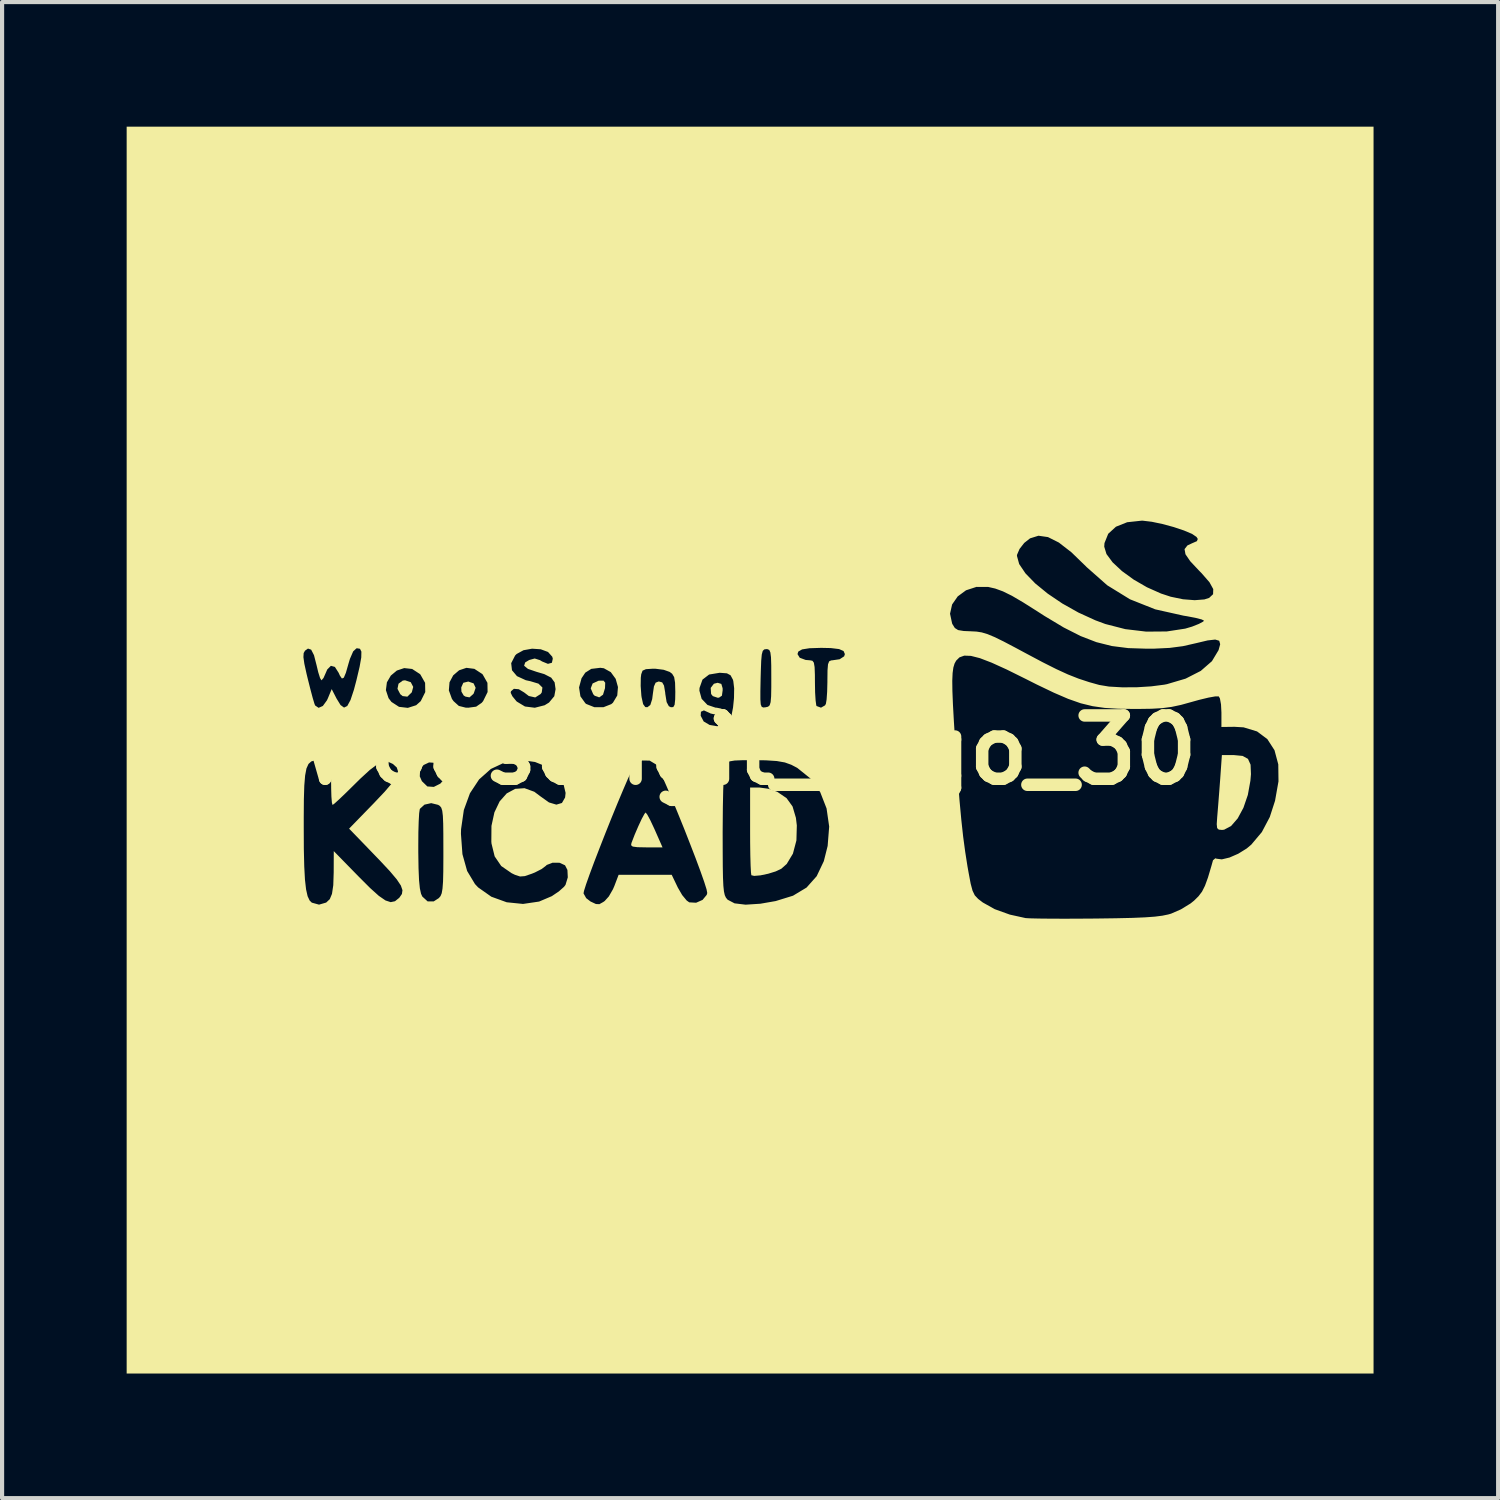
<source format=kicad_pcb>
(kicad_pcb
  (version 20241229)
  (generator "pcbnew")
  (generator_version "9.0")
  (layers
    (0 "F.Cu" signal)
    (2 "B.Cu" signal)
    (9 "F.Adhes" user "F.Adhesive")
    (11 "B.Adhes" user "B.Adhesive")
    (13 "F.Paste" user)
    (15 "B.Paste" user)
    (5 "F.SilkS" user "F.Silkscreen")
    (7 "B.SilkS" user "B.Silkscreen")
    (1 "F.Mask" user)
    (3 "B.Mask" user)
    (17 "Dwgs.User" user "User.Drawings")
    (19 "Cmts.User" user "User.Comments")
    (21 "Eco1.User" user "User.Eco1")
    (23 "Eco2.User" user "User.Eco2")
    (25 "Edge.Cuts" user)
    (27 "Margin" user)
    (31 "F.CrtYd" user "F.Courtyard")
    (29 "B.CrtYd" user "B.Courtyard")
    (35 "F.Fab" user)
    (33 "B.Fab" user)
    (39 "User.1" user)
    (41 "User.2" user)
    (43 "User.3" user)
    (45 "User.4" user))
  (footprint "woosongit_logo_30"
    (layer "F.Cu")
    (at 15.012 15.012)
    (property "Reference" "woosongit_logo_30" (at 0 0 0) (layer "F.SilkS") (effects (font (size 1.524 1.524) (thickness 0.3))))
    (attr board_only exclude_from_pos_files exclude_from_bom)
    (fp_poly (pts (xy -8.171 -1.635) (xy -8.112 -1.522) (xy -8.146 -1.392) (xy -8.253 -1.287) (xy -8.368 -1.301) (xy -8.424 -1.347) (xy -8.491 -1.476) (xy -8.466 -1.599) (xy -8.364 -1.674) (xy -8.308 -1.681)) (stroke (width 0) (type solid)) (fill yes) (layer "F.SilkS"))
    (fp_poly (pts (xy -6.658 -1.607) (xy -6.609 -1.499) (xy -6.655 -1.365) (xy -6.668 -1.348) (xy -6.757 -1.27) (xy -6.853 -1.288) (xy -6.896 -1.314) (xy -6.951 -1.407) (xy -6.956 -1.508) (xy -6.906 -1.621) (xy -6.786 -1.651)) (stroke (width 0) (type solid)) (fill yes) (layer "F.SilkS"))
    (fp_poly (pts (xy -3.489 -1.623) (xy -3.494 -1.491) (xy -3.542 -1.334) (xy -3.633 -1.27) (xy -3.743 -1.309) (xy -3.778 -1.346) (xy -3.838 -1.487) (xy -3.792 -1.605) (xy -3.653 -1.669) (xy -3.643 -1.671) (xy -3.53 -1.673)) (stroke (width 0) (type solid)) (fill yes) (layer "F.SilkS"))
    (fp_poly (pts (xy -0.693 -1.594) (xy -0.662 -1.49) (xy -0.661 -1.441) (xy -0.679 -1.31) (xy -0.749 -1.263) (xy -0.782 -1.261) (xy -0.898 -1.3) (xy -0.939 -1.351) (xy -0.949 -1.498) (xy -0.872 -1.598) (xy -0.782 -1.621)) (stroke (width 0) (type solid)) (fill yes) (layer "F.SilkS"))
    (fp_poly (pts (xy -2.476 1.553) (xy -2.404 1.687) (xy -2.314 1.878) (xy -2.294 1.922) (xy -2.109 2.342) (xy -2.502 2.342) (xy -2.712 2.338) (xy -2.826 2.323) (xy -2.866 2.29) (xy -2.857 2.237) (xy -2.779 2.035) (xy -2.691 1.831) (xy -2.609 1.655) (xy -2.544 1.536) (xy -2.516 1.502)) (stroke (width 0) (type solid)) (fill yes) (layer "F.SilkS"))
    (fp_poly (pts (xy 11.859 0.14) (xy 11.988 0.211) (xy 12.051 0.351) (xy 12.06 0.578) (xy 12.047 0.736) (xy 11.985 1.079) (xy 11.879 1.388) (xy 11.741 1.644) (xy 11.582 1.827) (xy 11.415 1.916) (xy 11.364 1.922) (xy 11.286 1.915) (xy 11.246 1.878) (xy 11.236 1.783) (xy 11.248 1.602) (xy 11.253 1.546) (xy 11.273 1.3) (xy 11.297 0.994) (xy 11.32 0.689) (xy 11.323 0.646) (xy 11.36 0.12) (xy 11.652 0.12)) (stroke (width 0) (type solid)) (fill yes) (layer "F.SilkS"))
    (fp_poly (pts (xy 0.225 0.901) (xy 0.438 0.93) (xy 0.647 1.001) (xy 0.656 1.006) (xy 0.878 1.157) (xy 1.022 1.357) (xy 1.103 1.631) (xy 1.125 1.814) (xy 1.115 2.175) (xy 1.031 2.493) (xy 0.881 2.742) (xy 0.751 2.857) (xy 0.616 2.921) (xy 0.435 2.977) (xy 0.249 3.016) (xy 0.099 3.029) (xy 0.03 3.013) (xy 0.021 2.946) (xy 0.012 2.779) (xy 0.005 2.531) (xy 0.001 2.224) (xy 0 1.942) (xy 0 0.901)) (stroke (width 0) (type solid)) (fill yes) (layer "F.SilkS"))
    (fp_poly (pts (xy 15.012 15.012) (xy -15.012 15.012) (xy -15.012 1.86) (xy -10.748 1.86) (xy -10.746 2.383) (xy -10.736 2.799) (xy -10.719 3.118) (xy -10.692 3.354) (xy -10.655 3.518) (xy -10.606 3.622) (xy -10.554 3.673) (xy -10.38 3.721) (xy -10.208 3.671) (xy -10.121 3.589) (xy -10.068 3.461) (xy -10.037 3.253) (xy -10.027 2.946) (xy -10.027 2.944) (xy -10.025 2.432) (xy -9.424 3.047) (xy -9.151 3.32) (xy -8.941 3.509) (xy -8.78 3.62) (xy -8.655 3.661) (xy -8.551 3.639) (xy -8.454 3.561) (xy -8.441 3.547) (xy -8.384 3.464) (xy -8.371 3.373) (xy -8.41 3.26) (xy -8.509 3.112) (xy -8.676 2.914) (xy -8.919 2.654) (xy -9.038 2.531) (xy -9.272 2.288) (xy -7.99 2.288) (xy -7.99 2.46) (xy -7.984 2.847) (xy -7.972 3.131) (xy -7.952 3.329) (xy -7.924 3.459) (xy -7.893 3.526) (xy -7.765 3.643) (xy -7.618 3.643) (xy -7.496 3.564) (xy -7.455 3.516) (xy -7.426 3.447) (xy -7.407 3.336) (xy -7.394 3.167) (xy -7.388 2.92) (xy -7.386 2.578) (xy -7.386 2.425) (xy -7.387 2.048) (xy -7.387 2.016) (xy -6.963 2.016) (xy -6.927 2.506) (xy -6.814 2.91) (xy -6.625 3.225) (xy -6.549 3.306) (xy -6.231 3.53) (xy -5.861 3.664) (xy -5.468 3.704) (xy -5.081 3.647) (xy -4.775 3.517) (xy -4.676 3.45) (xy -4.011 3.45) (xy -3.947 3.565) (xy -3.843 3.645) (xy -3.713 3.706) (xy -3.63 3.71) (xy -3.535 3.657) (xy -3.501 3.633) (xy -3.402 3.523) (xy -3.303 3.351) (xy -3.269 3.273) (xy -3.166 3.002) (xy -1.888 3.002) (xy -1.74 3.311) (xy -1.636 3.49) (xy -1.527 3.622) (xy -1.465 3.666) (xy -1.3 3.675) (xy -1.145 3.607) (xy -1.045 3.486) (xy -1.032 3.441) (xy -1.049 3.352) (xy -1.106 3.171) (xy -1.196 2.916) (xy -1.311 2.606) (xy -1.445 2.259) (xy -1.555 1.978) (xy -0.661 1.978) (xy -0.66 2.443) (xy -0.658 2.803) (xy -0.653 3.073) (xy -0.644 3.268) (xy -0.63 3.402) (xy -0.61 3.492) (xy -0.583 3.551) (xy -0.548 3.595) (xy -0.54 3.603) (xy -0.374 3.69) (xy -0.109 3.722) (xy 0.247 3.699) (xy 0.615 3.635) (xy 1.033 3.506) (xy 1.359 3.31) (xy 1.603 3.036) (xy 1.775 2.674) (xy 1.867 2.308) (xy 1.904 1.841) (xy 1.841 1.404) (xy 1.688 1.012) (xy 1.45 0.681) (xy 1.135 0.428) (xy 0.992 0.353) (xy 0.836 0.297) (xy 0.642 0.263) (xy 0.379 0.246) (xy 0.107 0.242) (xy -0.182 0.243) (xy -0.374 0.251) (xy -0.492 0.271) (xy -0.559 0.304) (xy -0.598 0.356) (xy -0.598 0.356) (xy -0.618 0.455) (xy -0.635 0.663) (xy -0.648 0.97) (xy -0.656 1.365) (xy -0.66 1.837) (xy -0.661 1.978) (xy -1.555 1.978) (xy -1.588 1.894) (xy -1.736 1.529) (xy -1.879 1.182) (xy -2.011 0.871) (xy -2.124 0.616) (xy -2.212 0.434) (xy -2.266 0.345) (xy -2.419 0.253) (xy -2.597 0.25) (xy -2.752 0.333) (xy -2.792 0.381) (xy -2.852 0.495) (xy -2.945 0.696) (xy -3.061 0.966) (xy -3.195 1.285) (xy -3.339 1.637) (xy -3.485 2.002) (xy -3.626 2.362) (xy -3.756 2.699) (xy -3.866 2.995) (xy -3.95 3.232) (xy -4 3.391) (xy -4.011 3.45) (xy -4.676 3.45) (xy -4.607 3.404) (xy -4.481 3.292) (xy -4.445 3.245) (xy -4.39 3.064) (xy -4.399 2.885) (xy -4.456 2.774) (xy -4.586 2.713) (xy -4.754 2.711) (xy -4.896 2.765) (xy -4.921 2.789) (xy -5.019 2.863) (xy -5.181 2.946) (xy -5.255 2.976) (xy -5.424 3.034) (xy -5.54 3.043) (xy -5.664 3.002) (xy -5.742 2.964) (xy -5.993 2.791) (xy -6.151 2.559) (xy -6.227 2.25) (xy -6.231 2.203) (xy -6.228 1.825) (xy -6.157 1.499) (xy -6.031 1.235) (xy -5.861 1.043) (xy -5.657 0.933) (xy -5.432 0.917) (xy -5.196 1.003) (xy -5.052 1.111) (xy -4.843 1.26) (xy -4.665 1.313) (xy -4.531 1.273) (xy -4.455 1.141) (xy -4.443 1.031) (xy -4.5 0.791) (xy -4.655 0.576) (xy -4.888 0.403) (xy -5.179 0.286) (xy -5.506 0.24) (xy -5.524 0.24) (xy -5.906 0.296) (xy -6.243 0.454) (xy -6.526 0.706) (xy -6.746 1.039) (xy -6.893 1.442) (xy -6.96 1.905) (xy -6.963 2.016) (xy -7.387 2.016) (xy -7.39 1.774) (xy -7.398 1.584) (xy -7.413 1.461) (xy -7.437 1.386) (xy -7.471 1.344) (xy -7.512 1.318) (xy -7.679 1.277) (xy -7.841 1.313) (xy -7.949 1.412) (xy -7.955 1.426) (xy -7.969 1.52) (xy -7.98 1.711) (xy -7.988 1.975) (xy -7.99 2.288) (xy -9.272 2.288) (xy -9.656 1.891) (xy -9.062 1.28) (xy -8.798 1.001) (xy -8.617 0.789) (xy -8.514 0.633) (xy -7.954 0.633) (xy -7.903 0.748) (xy -7.772 0.875) (xy -7.616 0.886) (xy -7.459 0.807) (xy -7.344 0.676) (xy -7.348 0.527) (xy -7.425 0.41) (xy -7.576 0.307) (xy -7.731 0.297) (xy -7.864 0.36) (xy -7.947 0.478) (xy -7.954 0.633) (xy -8.514 0.633) (xy -8.512 0.631) (xy -8.478 0.512) (xy -8.508 0.419) (xy -8.595 0.339) (xy -8.609 0.33) (xy -8.72 0.279) (xy -8.838 0.281) (xy -8.978 0.344) (xy -9.156 0.477) (xy -9.387 0.689) (xy -9.536 0.836) (xy -9.731 1.028) (xy -9.894 1.184) (xy -10.009 1.288) (xy -10.054 1.321) (xy -10.07 1.266) (xy -10.082 1.12) (xy -10.088 0.913) (xy -10.088 0.876) (xy -10.092 0.592) (xy -10.112 0.408) (xy -10.155 0.302) (xy -10.232 0.253) (xy -10.35 0.24) (xy -10.361 0.24) (xy -10.477 0.246) (xy -10.567 0.273) (xy -10.634 0.334) (xy -10.683 0.443) (xy -10.715 0.612) (xy -10.735 0.855) (xy -10.745 1.186) (xy -10.748 1.617) (xy -10.748 1.86) (xy -15.012 1.86) (xy -15.012 -2.239) (xy -10.756 -2.239) (xy -10.734 -2.082) (xy -10.681 -1.84) (xy -10.652 -1.72) (xy -10.588 -1.466) (xy -10.532 -1.255) (xy -10.49 -1.115) (xy -10.474 -1.075) (xy -10.39 -1.018) (xy -10.288 -1.063) (xy -10.19 -1.198) (xy -10.168 -1.245) (xy -10.075 -1.469) (xy -9.958 -1.241) (xy -9.862 -1.085) (xy -9.778 -1.024) (xy -9.7 -1.062) (xy -9.622 -1.206) (xy -9.543 -1.444) (xy -8.77 -1.444) (xy -8.706 -1.251) (xy -8.636 -1.16) (xy -8.454 -1.042) (xy -8.242 -1.017) (xy -8.041 -1.081) (xy -7.931 -1.179) (xy -7.822 -1.398) (xy -7.823 -1.438) (xy -7.254 -1.438) (xy -7.18 -1.234) (xy -7.141 -1.179) (xy -7.014 -1.064) (xy -6.846 -1.022) (xy -6.785 -1.021) (xy -6.597 -1.046) (xy -6.464 -1.138) (xy -6.429 -1.179) (xy -6.33 -1.38) (xy -5.765 -1.38) (xy -5.725 -1.297) (xy -5.63 -1.181) (xy -5.617 -1.168) (xy -5.421 -1.05) (xy -5.184 -1.02) (xy -4.948 -1.08) (xy -4.842 -1.145) (xy -4.715 -1.298) (xy -4.684 -1.468) (xy -4.69 -1.509) (xy -4.119 -1.509) (xy -4.086 -1.295) (xy -3.967 -1.128) (xy -3.945 -1.111) (xy -3.749 -1.033) (xy -3.531 -1.033) (xy -3.343 -1.107) (xy -3.303 -1.141) (xy -3.199 -1.315) (xy -3.182 -1.518) (xy -3.189 -1.544) (xy -2.635 -1.544) (xy -2.619 -1.318) (xy -2.613 -1.274) (xy -2.576 -1.107) (xy -2.524 -1.036) (xy -2.473 -1.033) (xy -2.403 -1.086) (xy -2.358 -1.227) (xy -2.342 -1.352) (xy -2.316 -1.533) (xy -2.275 -1.624) (xy -2.206 -1.651) (xy -2.192 -1.651) (xy -2.117 -1.631) (xy -2.073 -1.553) (xy -2.045 -1.388) (xy -2.042 -1.352) (xy -2.01 -1.156) (xy -1.957 -1.057) (xy -1.907 -1.032) (xy -1.85 -1.036) (xy -1.818 -1.091) (xy -1.804 -1.222) (xy -1.801 -1.405) (xy -1.802 -1.431) (xy -1.221 -1.431) (xy -1.167 -1.235) (xy -1.027 -1.088) (xy -0.832 -1.022) (xy -0.804 -1.021) (xy -0.694 -0.999) (xy -0.661 -0.959) (xy -0.709 -0.882) (xy -0.823 -0.853) (xy -0.952 -0.882) (xy -0.968 -0.891) (xy -1.112 -0.956) (xy -1.184 -0.924) (xy -1.19 -0.827) (xy -1.118 -0.69) (xy -0.972 -0.604) (xy -0.793 -0.575) (xy -0.618 -0.612) (xy -0.502 -0.7) (xy -0.45 -0.824) (xy -0.411 -1.025) (xy -0.391 -1.221) (xy 0.247 -1.221) (xy 0.256 -1.101) (xy 0.279 -1.043) (xy 0.318 -1.026) (xy 0.373 -1.031) (xy 0.432 -1.045) (xy 0.471 -1.079) (xy 0.494 -1.155) (xy 0.506 -1.294) (xy 0.51 -1.516) (xy 0.51 -1.741) (xy 0.509 -2.038) (xy 0.503 -2.235) (xy 0.493 -2.312) (xy 1.141 -2.312) (xy 1.195 -2.224) (xy 1.337 -2.171) (xy 1.446 -2.162) (xy 1.501 -2.151) (xy 1.535 -2.105) (xy 1.553 -1.999) (xy 1.56 -1.812) (xy 1.561 -1.631) (xy 1.565 -1.39) (xy 1.577 -1.196) (xy 1.593 -1.079) (xy 1.601 -1.061) (xy 1.707 -1.022) (xy 1.805 -1.078) (xy 1.825 -1.116) (xy 1.842 -1.219) (xy 1.855 -1.405) (xy 1.861 -1.638) (xy 1.861 -1.671) (xy 4.868 -1.671) (xy 4.871 -1.424) (xy 4.884 -1.1) (xy 4.907 -0.687) (xy 4.94 -0.173) (xy 4.954 0.036) (xy 5 0.677) (xy 5.043 1.219) (xy 5.086 1.682) (xy 5.13 2.084) (xy 5.179 2.448) (xy 5.233 2.793) (xy 5.263 2.962) (xy 5.311 3.217) (xy 5.356 3.385) (xy 5.41 3.497) (xy 5.491 3.583) (xy 5.603 3.669) (xy 5.89 3.83) (xy 6.254 3.961) (xy 6.635 4.045) (xy 6.744 4.051) (xy 6.954 4.056) (xy 7.247 4.059) (xy 7.603 4.06) (xy 8.005 4.058) (xy 8.317 4.056) (xy 8.813 4.049) (xy 9.206 4.04) (xy 9.511 4.027) (xy 9.746 4.01) (xy 9.926 3.987) (xy 10.067 3.958) (xy 10.137 3.938) (xy 10.373 3.835) (xy 10.605 3.693) (xy 10.691 3.624) (xy 10.798 3.518) (xy 10.882 3.407) (xy 10.953 3.266) (xy 11.025 3.068) (xy 11.108 2.789) (xy 11.146 2.653) (xy 11.202 2.605) (xy 11.233 2.615) (xy 11.358 2.631) (xy 11.543 2.587) (xy 11.754 2.495) (xy 11.956 2.37) (xy 12.068 2.276) (xy 12.322 1.974) (xy 12.513 1.612) (xy 12.64 1.22) (xy 12.723 0.752) (xy 12.718 0.344) (xy 12.627 0.003) (xy 12.455 -0.264) (xy 12.206 -0.45) (xy 11.883 -0.548) (xy 11.664 -0.561) (xy 11.349 -0.557) (xy 11.349 -0.905) (xy 11.339 -1.1) (xy 11.313 -1.243) (xy 11.285 -1.293) (xy 11.204 -1.294) (xy 11.036 -1.264) (xy 10.809 -1.209) (xy 10.64 -1.162) (xy 10.377 -1.089) (xy 10.153 -1.041) (xy 9.929 -1.011) (xy 9.669 -0.996) (xy 9.334 -0.991) (xy 9.247 -0.991) (xy 8.865 -0.996) (xy 8.539 -1.016) (xy 8.246 -1.058) (xy 7.96 -1.128) (xy 7.658 -1.234) (xy 7.315 -1.382) (xy 6.906 -1.578) (xy 6.634 -1.715) (xy 6.18 -1.94) (xy 5.817 -2.105) (xy 5.533 -2.214) (xy 5.317 -2.269) (xy 5.157 -2.275) (xy 5.041 -2.233) (xy 4.962 -2.155) (xy 4.923 -2.084) (xy 4.894 -1.988) (xy 4.876 -1.855) (xy 4.868 -1.671) (xy 1.861 -1.671) (xy 1.861 -1.686) (xy 1.864 -1.925) (xy 1.876 -2.067) (xy 1.904 -2.138) (xy 1.952 -2.16) (xy 1.977 -2.162) (xy 2.156 -2.188) (xy 2.264 -2.258) (xy 2.282 -2.312) (xy 2.25 -2.386) (xy 2.142 -2.433) (xy 1.944 -2.457) (xy 1.711 -2.462) (xy 1.43 -2.453) (xy 1.252 -2.425) (xy 1.161 -2.373) (xy 1.141 -2.312) (xy 0.493 -2.312) (xy 0.488 -2.352) (xy 0.462 -2.411) (xy 0.42 -2.43) (xy 0.39 -2.432) (xy 0.339 -2.424) (xy 0.304 -2.388) (xy 0.281 -2.302) (xy 0.267 -2.148) (xy 0.258 -1.904) (xy 0.253 -1.722) (xy 0.247 -1.421) (xy 0.247 -1.221) (xy -0.391 -1.221) (xy -0.388 -1.26) (xy -0.384 -1.488) (xy -0.405 -1.664) (xy -0.415 -1.698) (xy -0.471 -1.802) (xy -0.558 -1.849) (xy -0.72 -1.861) (xy -0.74 -1.861) (xy -0.987 -1.82) (xy -1.147 -1.697) (xy -1.218 -1.496) (xy -1.221 -1.431) (xy -1.802 -1.431) (xy -1.807 -1.625) (xy -1.829 -1.758) (xy -1.877 -1.838) (xy -1.937 -1.883) (xy -2.081 -1.934) (xy -2.277 -1.959) (xy -2.342 -1.96) (xy -2.509 -1.949) (xy -2.59 -1.913) (xy -2.622 -1.826) (xy -2.632 -1.743) (xy -2.635 -1.544) (xy -3.189 -1.544) (xy -3.237 -1.716) (xy -3.355 -1.878) (xy -3.522 -1.971) (xy -3.608 -1.982) (xy -3.825 -1.956) (xy -3.969 -1.865) (xy -4.059 -1.73) (xy -4.119 -1.509) (xy -4.69 -1.509) (xy -4.707 -1.631) (xy -4.79 -1.745) (xy -4.956 -1.83) (xy -5.143 -1.885) (xy -5.35 -1.956) (xy -5.442 -2.032) (xy -5.416 -2.111) (xy -5.321 -2.169) (xy -5.187 -2.206) (xy -5.06 -2.166) (xy -5.01 -2.135) (xy -4.868 -2.077) (xy -4.773 -2.103) (xy -4.751 -2.201) (xy -4.764 -2.249) (xy -4.866 -2.363) (xy -5.041 -2.428) (xy -5.25 -2.442) (xy -5.457 -2.405) (xy -5.623 -2.314) (xy -5.659 -2.277) (xy -5.753 -2.093) (xy -5.734 -1.923) (xy -5.614 -1.781) (xy -5.401 -1.683) (xy -5.291 -1.659) (xy -5.095 -1.6) (xy -5.001 -1.507) (xy -5.017 -1.389) (xy -5.045 -1.35) (xy -5.174 -1.268) (xy -5.329 -1.303) (xy -5.442 -1.389) (xy -5.57 -1.466) (xy -5.688 -1.476) (xy -5.758 -1.417) (xy -5.765 -1.38) (xy -6.33 -1.38) (xy -6.321 -1.398) (xy -6.325 -1.62) (xy -6.439 -1.821) (xy -6.452 -1.834) (xy -6.64 -1.957) (xy -6.831 -1.981) (xy -7.007 -1.922) (xy -7.149 -1.8) (xy -7.238 -1.633) (xy -7.254 -1.438) (xy -7.823 -1.438) (xy -7.826 -1.62) (xy -7.94 -1.821) (xy -7.954 -1.834) (xy -8.138 -1.954) (xy -8.329 -1.975) (xy -8.506 -1.916) (xy -8.651 -1.795) (xy -8.746 -1.632) (xy -8.77 -1.444) (xy -9.543 -1.444) (xy -9.538 -1.461) (xy -9.48 -1.68) (xy -9.403 -2.006) (xy -9.363 -2.231) (xy -9.36 -2.371) (xy -9.394 -2.44) (xy -9.465 -2.452) (xy -9.48 -2.449) (xy -9.558 -2.377) (xy -9.636 -2.197) (xy -9.668 -2.091) (xy -9.733 -1.863) (xy -9.783 -1.744) (xy -9.829 -1.724) (xy -9.878 -1.795) (xy -9.907 -1.86) (xy -9.998 -2.003) (xy -10.094 -2.03) (xy -10.183 -1.94) (xy -10.217 -1.861) (xy -10.272 -1.737) (xy -10.32 -1.681) (xy -10.322 -1.681) (xy -10.355 -1.735) (xy -10.399 -1.875) (xy -10.438 -2.039) (xy -10.501 -2.285) (xy -10.569 -2.418) (xy -10.646 -2.445) (xy -10.718 -2.394) (xy -10.75 -2.336) (xy -10.756 -2.239) (xy -15.012 -2.239) (xy -15.012 -3.284) (xy 4.814 -3.284) (xy 4.864 -3.05) (xy 4.873 -3.031) (xy 4.93 -2.94) (xy 5.009 -2.89) (xy 5.145 -2.868) (xy 5.315 -2.861) (xy 5.452 -2.854) (xy 5.579 -2.834) (xy 5.716 -2.793) (xy 5.884 -2.723) (xy 6.103 -2.616) (xy 6.392 -2.464) (xy 6.638 -2.332) (xy 7.044 -2.116) (xy 7.374 -1.95) (xy 7.653 -1.822) (xy 7.909 -1.721) (xy 8.167 -1.636) (xy 8.407 -1.569) (xy 8.641 -1.53) (xy 8.955 -1.512) (xy 9.307 -1.513) (xy 9.658 -1.535) (xy 9.969 -1.575) (xy 10.037 -1.588) (xy 10.487 -1.721) (xy 10.851 -1.907) (xy 11.12 -2.141) (xy 11.28 -2.407) (xy 11.319 -2.549) (xy 11.296 -2.633) (xy 11.199 -2.662) (xy 11.016 -2.641) (xy 10.743 -2.576) (xy 10.423 -2.503) (xy 10.101 -2.461) (xy 9.73 -2.443) (xy 9.548 -2.442) (xy 9.106 -2.456) (xy 8.711 -2.506) (xy 8.337 -2.6) (xy 7.959 -2.746) (xy 7.551 -2.953) (xy 7.089 -3.23) (xy 6.92 -3.339) (xy 6.575 -3.557) (xy 6.306 -3.715) (xy 6.089 -3.822) (xy 5.903 -3.89) (xy 5.732 -3.929) (xy 5.45 -3.93) (xy 5.199 -3.848) (xy 4.999 -3.701) (xy 4.864 -3.507) (xy 4.814 -3.284) (xy -15.012 -3.284) (xy -15.012 -4.677) (xy 6.425 -4.677) (xy 6.479 -4.48) (xy 6.631 -4.255) (xy 6.865 -4.014) (xy 7.166 -3.768) (xy 7.518 -3.53) (xy 7.906 -3.312) (xy 8.315 -3.125) (xy 8.555 -3.036) (xy 9.034 -2.913) (xy 9.538 -2.853) (xy 10.032 -2.857) (xy 10.477 -2.925) (xy 10.643 -2.974) (xy 10.806 -3.039) (xy 10.91 -3.095) (xy 10.929 -3.118) (xy 10.874 -3.146) (xy 10.727 -3.184) (xy 10.518 -3.224) (xy 10.437 -3.237) (xy 9.754 -3.39) (xy 9.146 -3.632) (xy 8.599 -3.969) (xy 8.102 -4.408) (xy 8.084 -4.427) (xy 7.736 -4.764) (xy 7.562 -4.899) (xy 8.527 -4.899) (xy 8.581 -4.721) (xy 8.729 -4.521) (xy 8.954 -4.311) (xy 9.236 -4.106) (xy 9.556 -3.921) (xy 9.895 -3.77) (xy 10.129 -3.693) (xy 10.424 -3.632) (xy 10.706 -3.61) (xy 10.938 -3.628) (xy 11.053 -3.665) (xy 11.148 -3.754) (xy 11.152 -3.877) (xy 11.061 -4.042) (xy 10.872 -4.259) (xy 10.809 -4.323) (xy 10.598 -4.548) (xy 10.483 -4.716) (xy 10.461 -4.839) (xy 10.53 -4.928) (xy 10.636 -4.978) (xy 10.758 -5.031) (xy 10.78 -5.084) (xy 10.749 -5.133) (xy 10.642 -5.206) (xy 10.448 -5.288) (xy 10.2 -5.371) (xy 9.931 -5.444) (xy 9.673 -5.498) (xy 9.458 -5.524) (xy 9.422 -5.524) (xy 9.079 -5.487) (xy 8.809 -5.379) (xy 8.623 -5.209) (xy 8.533 -4.985) (xy 8.527 -4.899) (xy 7.562 -4.899) (xy 7.434 -4.998) (xy 7.173 -5.129) (xy 6.944 -5.162) (xy 6.741 -5.099) (xy 6.601 -4.989) (xy 6.488 -4.844) (xy 6.428 -4.705) (xy 6.425 -4.677) (xy -15.012 -4.677) (xy -15.012 -15.012) (xy 15.012 -15.012)) (stroke (width 0) (type solid)) (fill yes) (layer "F.SilkS")))
  (gr_rect
    (start -3 -3)
    (end 33.024 33.024)
    (stroke (width 0.1) (type default))
    (fill no)
    (layer "Edge.Cuts")))
</source>
